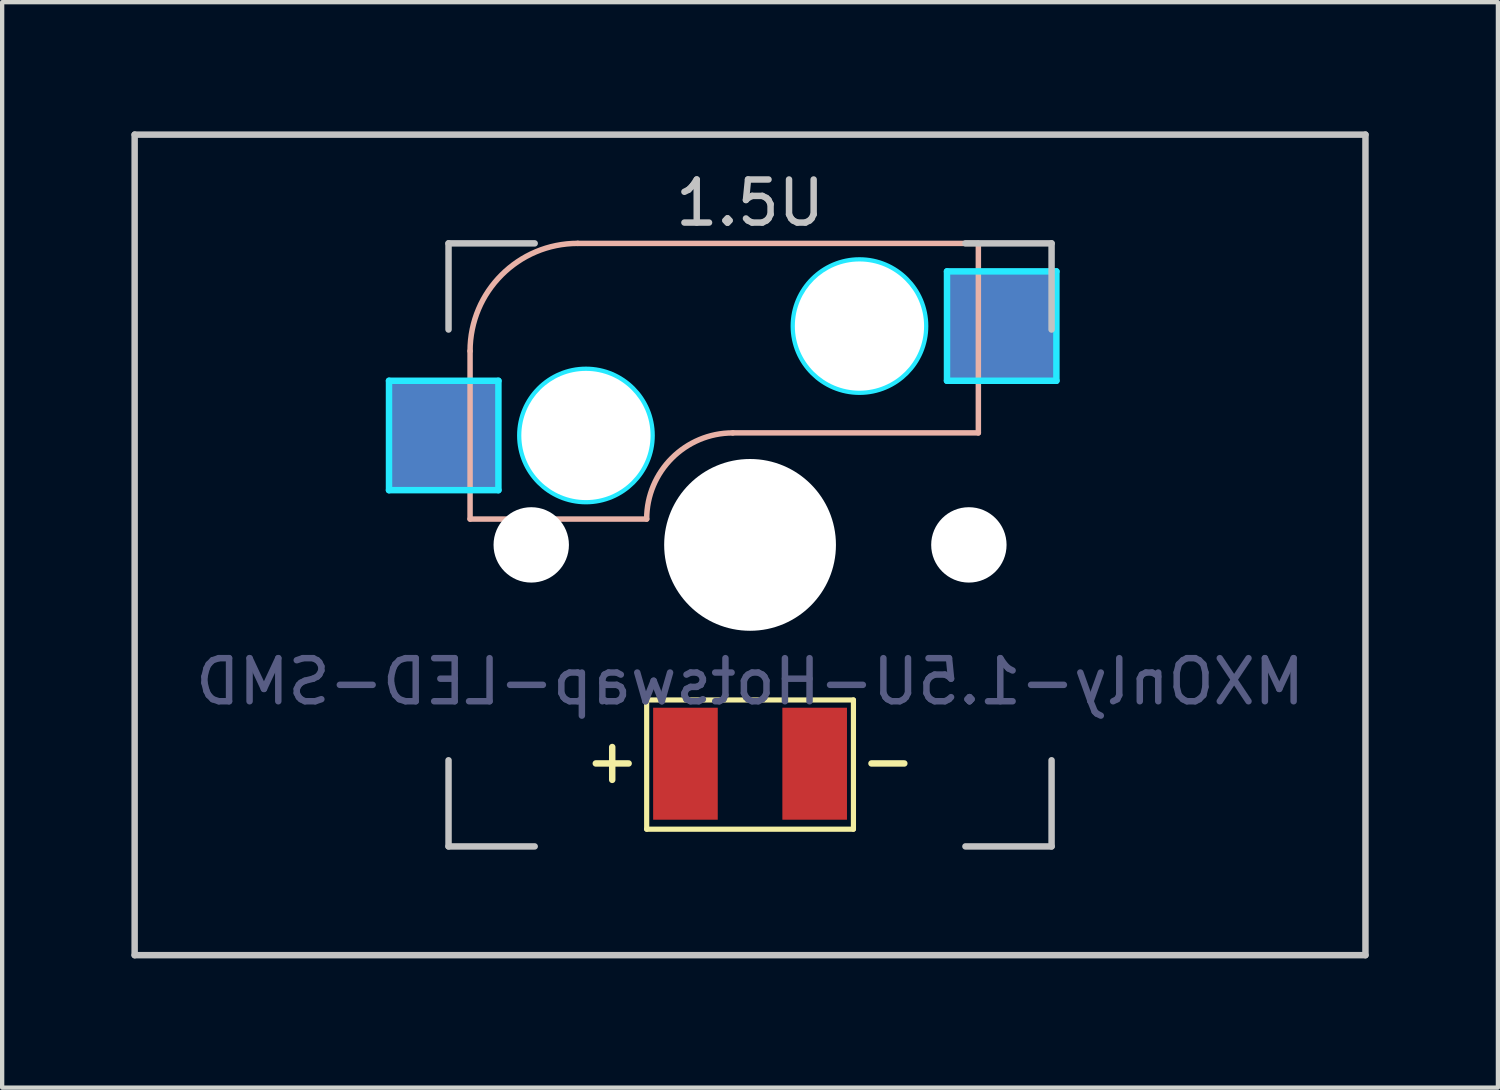
<source format=kicad_pcb>
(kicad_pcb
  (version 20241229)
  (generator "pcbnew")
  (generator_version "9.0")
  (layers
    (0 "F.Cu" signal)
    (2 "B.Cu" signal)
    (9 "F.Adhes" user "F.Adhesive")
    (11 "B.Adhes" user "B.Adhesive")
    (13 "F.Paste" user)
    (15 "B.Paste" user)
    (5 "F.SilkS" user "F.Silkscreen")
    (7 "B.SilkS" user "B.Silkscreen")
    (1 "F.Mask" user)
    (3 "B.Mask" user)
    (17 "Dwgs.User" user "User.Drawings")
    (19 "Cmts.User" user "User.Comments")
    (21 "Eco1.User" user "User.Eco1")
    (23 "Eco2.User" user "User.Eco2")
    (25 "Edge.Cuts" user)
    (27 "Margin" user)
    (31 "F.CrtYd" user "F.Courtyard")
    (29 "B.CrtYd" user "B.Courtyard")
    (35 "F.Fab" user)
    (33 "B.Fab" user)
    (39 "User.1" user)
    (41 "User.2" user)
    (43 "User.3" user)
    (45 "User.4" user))
  (footprint "MXOnly-1.5U-Hotswap-LED-SMD"
    (layer "F.Cu")
    (at 14.363 9.6)
    (property "Reference" "MXOnly-1.5U-Hotswap-LED-SMD" (at 0 3.175 0) (layer "B.Fab") (effects (font (size 1 1) (thickness 0.15)) (justify mirror)))
    (attr through_hole)
    (fp_line (start -2.4 3.6) (end -2.4 6.6) (stroke (width 0.12) (type solid)) (layer "F.SilkS"))
    (fp_line (start -2.4 6.6) (end 2.4 6.6) (stroke (width 0.12) (type solid)) (layer "F.SilkS"))
    (fp_line (start 2.4 3.6) (end -2.4 3.6) (stroke (width 0.12) (type solid)) (layer "F.SilkS"))
    (fp_line (start 2.4 6.6) (end 2.4 3.6) (stroke (width 0.12) (type solid)) (layer "F.SilkS"))
    (fp_line (start -6.5 -4.5) (end -6.5 -0.6) (stroke (width 0.127) (type solid)) (layer "B.SilkS"))
    (fp_line (start -6.5 -0.6) (end -2.4 -0.6) (stroke (width 0.127) (type solid)) (layer "B.SilkS"))
    (fp_line (start -0.4 -2.6) (end 5.3 -2.6) (stroke (width 0.127) (type solid)) (layer "B.SilkS"))
    (fp_line (start 5.3 -7) (end -4 -7) (stroke (width 0.127) (type solid)) (layer "B.SilkS"))
    (fp_line (start 5.3 -7) (end 5.3 -2.6) (stroke (width 0.127) (type solid)) (layer "B.SilkS"))
    (fp_arc (start -6.5 -4.5) (mid -5.767767 -6.267767) (end -4 -7) (stroke (width 0.127) (type solid)) (layer "B.SilkS"))
    (fp_arc (start -2.4 -0.6) (mid -1.814214 -2.014214) (end -0.4 -2.6) (stroke (width 0.127) (type solid)) (layer "B.SilkS"))
    (fp_line (start -14.287 -9.525) (end 14.287 -9.525) (stroke (width 0.15) (type solid)) (layer "Dwgs.User"))
    (fp_line (start -14.287 9.525) (end -14.287 -9.525) (stroke (width 0.15) (type solid)) (layer "Dwgs.User"))
    (fp_line (start -7 -7) (end -7 -5) (stroke (width 0.15) (type solid)) (layer "Dwgs.User"))
    (fp_line (start -7 5) (end -7 7) (stroke (width 0.15) (type solid)) (layer "Dwgs.User"))
    (fp_line (start -7 7) (end -5 7) (stroke (width 0.15) (type solid)) (layer "Dwgs.User"))
    (fp_line (start -5 -7) (end -7 -7) (stroke (width 0.15) (type solid)) (layer "Dwgs.User"))
    (fp_line (start 5 -7) (end 7 -7) (stroke (width 0.15) (type solid)) (layer "Dwgs.User"))
    (fp_line (start 5 7) (end 7 7) (stroke (width 0.15) (type solid)) (layer "Dwgs.User"))
    (fp_line (start 7 -7) (end 7 -5) (stroke (width 0.15) (type solid)) (layer "Dwgs.User"))
    (fp_line (start 7 7) (end 7 5) (stroke (width 0.15) (type solid)) (layer "Dwgs.User"))
    (fp_line (start 14.287 -9.525) (end 14.287 9.525) (stroke (width 0.15) (type solid)) (layer "Dwgs.User"))
    (fp_line (start 14.287 9.525) (end -14.287 9.525) (stroke (width 0.15) (type solid)) (layer "Dwgs.User"))
    (fp_line (start -8.382 -3.81) (end -5.842 -3.81) (stroke (width 0.15) (type solid)) (layer "B.CrtYd"))
    (fp_line (start -8.382 -1.27) (end -8.382 -3.81) (stroke (width 0.15) (type solid)) (layer "B.CrtYd"))
    (fp_line (start -5.842 -3.81) (end -5.842 -1.27) (stroke (width 0.15) (type solid)) (layer "B.CrtYd"))
    (fp_line (start -5.842 -1.27) (end -8.382 -1.27) (stroke (width 0.15) (type solid)) (layer "B.CrtYd"))
    (fp_line (start 4.572 -6.35) (end 7.112 -6.35) (stroke (width 0.15) (type solid)) (layer "B.CrtYd"))
    (fp_line (start 4.572 -3.81) (end 4.572 -6.35) (stroke (width 0.15) (type solid)) (layer "B.CrtYd"))
    (fp_line (start 7.112 -6.35) (end 7.112 -3.81) (stroke (width 0.15) (type solid)) (layer "B.CrtYd"))
    (fp_line (start 7.112 -3.81) (end 4.572 -3.81) (stroke (width 0.15) (type solid)) (layer "B.CrtYd"))
    (fp_circle (center -3.81 -2.54) (end -3.81 -4.064) (stroke (width 0.15) (type solid)) (fill no) (layer "B.CrtYd"))
    (fp_circle (center 2.54 -5.08) (end 2.54 -6.604) (stroke (width 0.15) (type solid)) (fill no) (layer "B.CrtYd"))
    (fp_text user "-" (at 3.2 5 0) (layer "F.SilkS") (effects (font (size 1 1) (thickness 0.15))))
    (fp_text user "+" (at -3.2 5 0) (layer "F.SilkS") (effects (font (size 1 1) (thickness 0.15))))
    (fp_text user "1.5U" (at 0 -7.938 0) (layer "Dwgs.User") (effects (font (size 1 1) (thickness 0.15))))
    (pad "" np_thru_hole circle (at -5.08 0 48.1) (size 1.75 1.75) (drill 1.75) (layers "*.Cu" "*.Mask"))
    (pad "" np_thru_hole circle (at -3.81 -2.54) (size 3 3) (drill 3) (layers "*.Cu" "*.Mask"))
    (pad "" np_thru_hole circle (at 0 0) (size 3.988 3.988) (drill 3.988) (layers "*.Cu" "*.Mask"))
    (pad "" np_thru_hole circle (at 2.54 -5.08) (size 3 3) (drill 3) (layers "*.Cu" "*.Mask"))
    (pad "" np_thru_hole circle (at 5.08 0 48.1) (size 1.75 1.75) (drill 1.75) (layers "*.Cu" "*.Mask"))
    (pad "1" smd rect (at -7.085 -2.54) (size 2.55 2.5) (layers "B.Cu" "B.Mask" "B.Paste"))
    (pad "2" smd rect (at 5.842 -5.08) (size 2.55 2.5) (layers "B.Cu" "B.Mask" "B.Paste"))
    (pad "3" smd rect (at -1.5 5.08) (size 1.5 2.6) (layers "F.Cu" "F.Mask" "F.Paste"))
    (pad "4" smd rect (at 1.5 5.08) (size 1.5 2.6) (layers "F.Cu" "F.Mask" "F.Paste")))
  (gr_rect
    (start -3 -3)
    (end 31.725 22.2)
    (stroke (width 0.1) (type default))
    (fill no)
    (layer "Edge.Cuts")))
</source>
